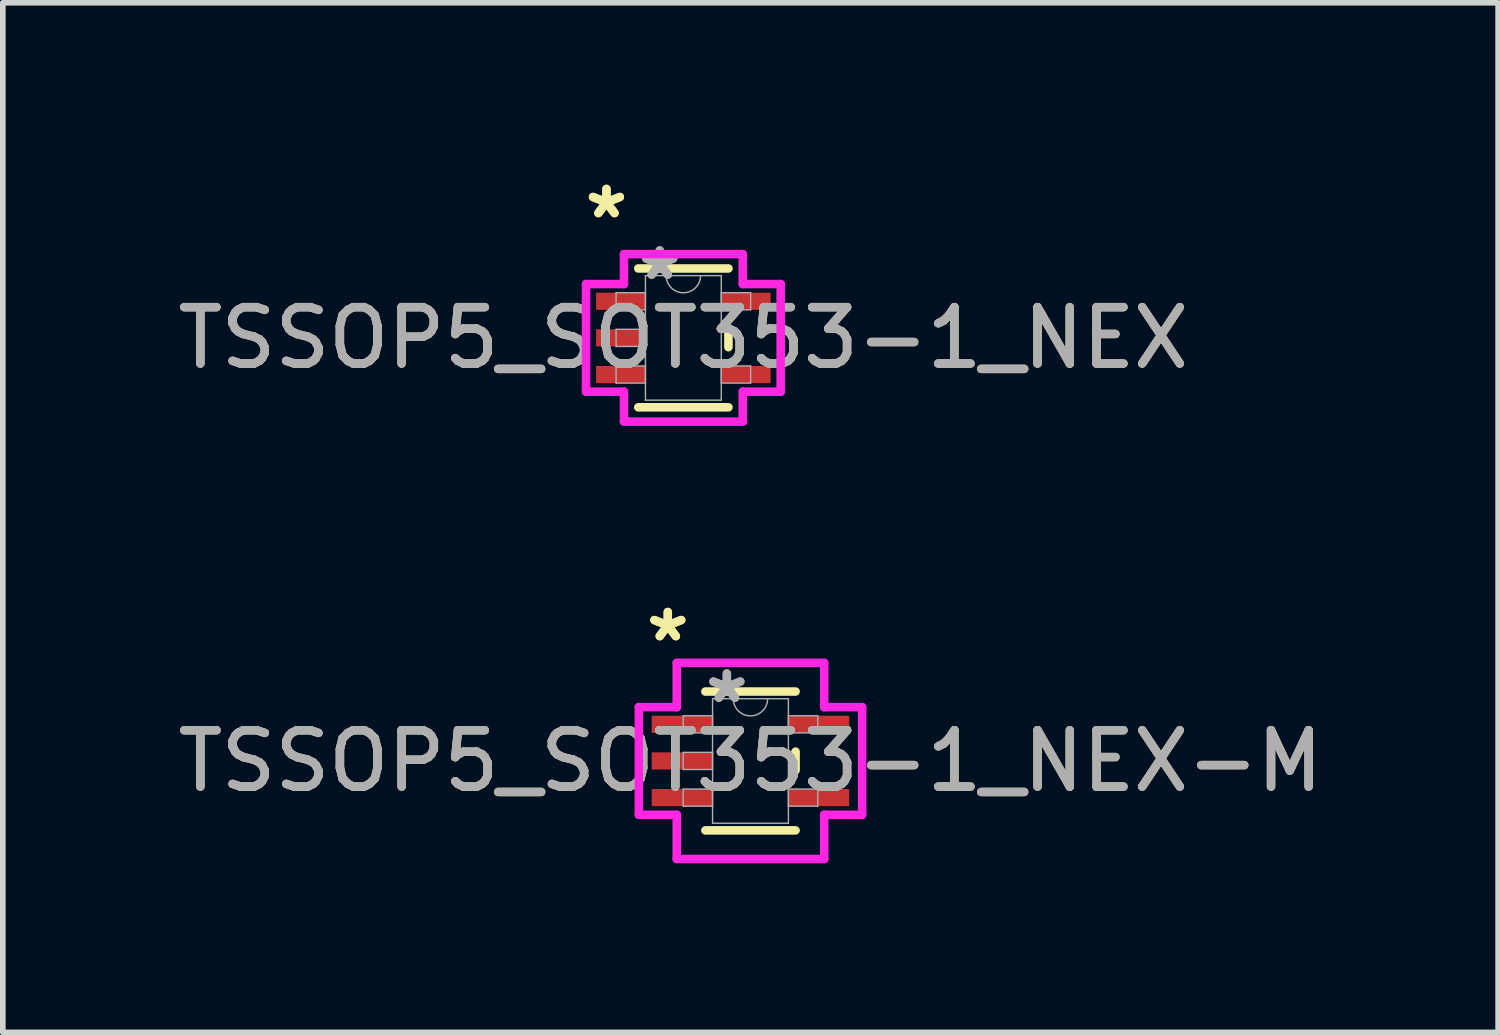
<source format=kicad_pcb>
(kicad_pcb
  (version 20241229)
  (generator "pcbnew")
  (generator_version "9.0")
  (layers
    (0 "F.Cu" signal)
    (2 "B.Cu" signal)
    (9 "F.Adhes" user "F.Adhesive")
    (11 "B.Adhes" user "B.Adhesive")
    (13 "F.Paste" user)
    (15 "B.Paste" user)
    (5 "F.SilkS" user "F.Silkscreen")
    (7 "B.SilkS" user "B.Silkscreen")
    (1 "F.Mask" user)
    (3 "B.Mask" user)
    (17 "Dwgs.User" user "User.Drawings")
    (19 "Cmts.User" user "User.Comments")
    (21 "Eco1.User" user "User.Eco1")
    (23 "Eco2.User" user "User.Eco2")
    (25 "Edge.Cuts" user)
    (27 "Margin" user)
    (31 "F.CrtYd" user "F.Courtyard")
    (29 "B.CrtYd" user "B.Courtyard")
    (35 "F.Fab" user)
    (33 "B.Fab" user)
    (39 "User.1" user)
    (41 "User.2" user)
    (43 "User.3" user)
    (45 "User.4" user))
  (footprint "TSSOP5_SOT353-1_NEX"
    (layer "F.Cu")
    (at 9.077 2.946)
    (property "Reference" "TSSOP5_SOT353-1_NEX" (at 0 0 0) (unlocked yes) (layer "F.SilkS") (effects (font (size 1 1) (thickness 0.15))))
    (attr smd)
    (fp_line (start -0.8 1.232) (end 0.8 1.232) (stroke (width 0.152) (type solid)) (layer "F.SilkS"))
    (fp_line (start 0.8 -1.232) (end -0.8 -1.232) (stroke (width 0.152) (type solid)) (layer "F.SilkS"))
    (fp_line (start 0.8 0.165) (end 0.8 -0.165) (stroke (width 0.152) (type solid)) (layer "F.SilkS"))
    (fp_line (start -1.727 -0.955) (end -1.054 -0.955) (stroke (width 0.152) (type solid)) (layer "F.CrtYd"))
    (fp_line (start -1.727 0.955) (end -1.727 -0.955) (stroke (width 0.152) (type solid)) (layer "F.CrtYd"))
    (fp_line (start -1.054 -1.486) (end 1.054 -1.486) (stroke (width 0.152) (type solid)) (layer "F.CrtYd"))
    (fp_line (start -1.054 -0.955) (end -1.054 -1.486) (stroke (width 0.152) (type solid)) (layer "F.CrtYd"))
    (fp_line (start -1.054 0.955) (end -1.727 0.955) (stroke (width 0.152) (type solid)) (layer "F.CrtYd"))
    (fp_line (start -1.054 1.486) (end -1.054 0.955) (stroke (width 0.152) (type solid)) (layer "F.CrtYd"))
    (fp_line (start 1.054 -1.486) (end 1.054 -0.955) (stroke (width 0.152) (type solid)) (layer "F.CrtYd"))
    (fp_line (start 1.054 -0.955) (end 1.727 -0.955) (stroke (width 0.152) (type solid)) (layer "F.CrtYd"))
    (fp_line (start 1.054 0.955) (end 1.054 1.486) (stroke (width 0.152) (type solid)) (layer "F.CrtYd"))
    (fp_line (start 1.054 1.486) (end -1.054 1.486) (stroke (width 0.152) (type solid)) (layer "F.CrtYd"))
    (fp_line (start 1.727 -0.955) (end 1.727 0.955) (stroke (width 0.152) (type solid)) (layer "F.CrtYd"))
    (fp_line (start 1.727 0.955) (end 1.054 0.955) (stroke (width 0.152) (type solid)) (layer "F.CrtYd"))
    (fp_line (start -1.194 -0.802) (end -1.194 -0.498) (stroke (width 0.025) (type solid)) (layer "F.Fab"))
    (fp_line (start -1.194 -0.498) (end -0.673 -0.498) (stroke (width 0.025) (type solid)) (layer "F.Fab"))
    (fp_line (start -1.194 -0.152) (end -1.194 0.152) (stroke (width 0.025) (type solid)) (layer "F.Fab"))
    (fp_line (start -1.194 0.152) (end -0.673 0.152) (stroke (width 0.025) (type solid)) (layer "F.Fab"))
    (fp_line (start -1.194 0.498) (end -1.194 0.802) (stroke (width 0.025) (type solid)) (layer "F.Fab"))
    (fp_line (start -1.194 0.802) (end -0.673 0.802) (stroke (width 0.025) (type solid)) (layer "F.Fab"))
    (fp_line (start -0.673 -1.105) (end -0.673 1.105) (stroke (width 0.025) (type solid)) (layer "F.Fab"))
    (fp_line (start -0.673 -0.802) (end -1.194 -0.802) (stroke (width 0.025) (type solid)) (layer "F.Fab"))
    (fp_line (start -0.673 -0.498) (end -0.673 -0.802) (stroke (width 0.025) (type solid)) (layer "F.Fab"))
    (fp_line (start -0.673 -0.152) (end -1.194 -0.152) (stroke (width 0.025) (type solid)) (layer "F.Fab"))
    (fp_line (start -0.673 0.152) (end -0.673 -0.152) (stroke (width 0.025) (type solid)) (layer "F.Fab"))
    (fp_line (start -0.673 0.498) (end -1.194 0.498) (stroke (width 0.025) (type solid)) (layer "F.Fab"))
    (fp_line (start -0.673 0.802) (end -0.673 0.498) (stroke (width 0.025) (type solid)) (layer "F.Fab"))
    (fp_line (start -0.673 1.105) (end 0.673 1.105) (stroke (width 0.025) (type solid)) (layer "F.Fab"))
    (fp_line (start 0.673 -1.105) (end -0.673 -1.105) (stroke (width 0.025) (type solid)) (layer "F.Fab"))
    (fp_line (start 0.673 -0.802) (end 0.673 -0.498) (stroke (width 0.025) (type solid)) (layer "F.Fab"))
    (fp_line (start 0.673 -0.498) (end 1.194 -0.498) (stroke (width 0.025) (type solid)) (layer "F.Fab"))
    (fp_line (start 0.673 0.498) (end 0.673 0.802) (stroke (width 0.025) (type solid)) (layer "F.Fab"))
    (fp_line (start 0.673 0.802) (end 1.194 0.802) (stroke (width 0.025) (type solid)) (layer "F.Fab"))
    (fp_line (start 0.673 1.105) (end 0.673 -1.105) (stroke (width 0.025) (type solid)) (layer "F.Fab"))
    (fp_line (start 1.194 -0.802) (end 0.673 -0.802) (stroke (width 0.025) (type solid)) (layer "F.Fab"))
    (fp_line (start 1.194 -0.498) (end 1.194 -0.802) (stroke (width 0.025) (type solid)) (layer "F.Fab"))
    (fp_line (start 1.194 0.498) (end 0.673 0.498) (stroke (width 0.025) (type solid)) (layer "F.Fab"))
    (fp_line (start 1.194 0.802) (end 1.194 0.498) (stroke (width 0.025) (type solid)) (layer "F.Fab"))
    (fp_arc (start 0.3048 -1.1049) (mid 0 -0.8001) (end -0.3048 -1.1049) (stroke (width 0.0254) (type solid)) (layer "F.Fab"))
    (fp_text user "*" (at -1.365 -2.098 0) (layer "F.SilkS") (effects (font (size 1 1) (thickness 0.15))))
    (fp_text user "*" (at -1.365 -2.098 0) (unlocked yes) (layer "F.SilkS") (effects (font (size 1 1) (thickness 0.15))))
    (fp_text user "*" (at -0.419 -1.006 0) (unlocked yes) (layer "F.Fab") (effects (font (size 1 1) (thickness 0.15))))
    (fp_text user "*" (at -0.419 -1.006 0) (layer "F.Fab") (effects (font (size 1 1) (thickness 0.15))))
    (fp_text user "${REFERENCE}" (at 0 0 0) (unlocked yes) (layer "F.Fab") (effects (font (size 1 1) (thickness 0.15))))
    (pad "1" smd rect (at -1.111 -0.65) (size 0.876 0.305) (layers "F.Cu" "F.Mask" "F.Paste"))
    (pad "2" smd rect (at -1.111 0) (size 0.876 0.305) (layers "F.Cu" "F.Mask" "F.Paste"))
    (pad "3" smd rect (at -1.111 0.65) (size 0.876 0.305) (layers "F.Cu" "F.Mask" "F.Paste"))
    (pad "4" smd rect (at 1.111 0.65) (size 0.876 0.305) (layers "F.Cu" "F.Mask" "F.Paste"))
    (pad "5" smd rect (at 1.111 -0.65) (size 0.876 0.305) (layers "F.Cu" "F.Mask" "F.Paste")))
  (footprint "TSSOP5_SOT353-1_NEX-M"
    (layer "F.Cu")
    (at 10.268 10.454)
    (property "Reference" "TSSOP5_SOT353-1_NEX-M" (at 0 0 0) (unlocked yes) (layer "F.SilkS") (effects (font (size 1 1) (thickness 0.15))))
    (attr smd)
    (fp_line (start -0.8 1.232) (end 0.8 1.232) (stroke (width 0.152) (type solid)) (layer "F.SilkS"))
    (fp_line (start 0.8 -1.232) (end -0.8 -1.232) (stroke (width 0.152) (type solid)) (layer "F.SilkS"))
    (fp_line (start 0.8 0.165) (end 0.8 -0.165) (stroke (width 0.152) (type solid)) (layer "F.SilkS"))
    (fp_line (start -1.981 -0.955) (end -1.308 -0.955) (stroke (width 0.152) (type solid)) (layer "F.CrtYd"))
    (fp_line (start -1.981 0.955) (end -1.981 -0.955) (stroke (width 0.152) (type solid)) (layer "F.CrtYd"))
    (fp_line (start -1.308 -1.74) (end 1.308 -1.74) (stroke (width 0.152) (type solid)) (layer "F.CrtYd"))
    (fp_line (start -1.308 -0.955) (end -1.308 -1.74) (stroke (width 0.152) (type solid)) (layer "F.CrtYd"))
    (fp_line (start -1.308 0.955) (end -1.981 0.955) (stroke (width 0.152) (type solid)) (layer "F.CrtYd"))
    (fp_line (start -1.308 1.74) (end -1.308 0.955) (stroke (width 0.152) (type solid)) (layer "F.CrtYd"))
    (fp_line (start 1.308 -1.74) (end 1.308 -0.955) (stroke (width 0.152) (type solid)) (layer "F.CrtYd"))
    (fp_line (start 1.308 -0.955) (end 1.981 -0.955) (stroke (width 0.152) (type solid)) (layer "F.CrtYd"))
    (fp_line (start 1.308 0.955) (end 1.308 1.74) (stroke (width 0.152) (type solid)) (layer "F.CrtYd"))
    (fp_line (start 1.308 1.74) (end -1.308 1.74) (stroke (width 0.152) (type solid)) (layer "F.CrtYd"))
    (fp_line (start 1.981 -0.955) (end 1.981 0.955) (stroke (width 0.152) (type solid)) (layer "F.CrtYd"))
    (fp_line (start 1.981 0.955) (end 1.308 0.955) (stroke (width 0.152) (type solid)) (layer "F.CrtYd"))
    (fp_line (start -1.194 -0.802) (end -1.194 -0.498) (stroke (width 0.025) (type solid)) (layer "F.Fab"))
    (fp_line (start -1.194 -0.498) (end -0.673 -0.498) (stroke (width 0.025) (type solid)) (layer "F.Fab"))
    (fp_line (start -1.194 -0.152) (end -1.194 0.152) (stroke (width 0.025) (type solid)) (layer "F.Fab"))
    (fp_line (start -1.194 0.152) (end -0.673 0.152) (stroke (width 0.025) (type solid)) (layer "F.Fab"))
    (fp_line (start -1.194 0.498) (end -1.194 0.802) (stroke (width 0.025) (type solid)) (layer "F.Fab"))
    (fp_line (start -1.194 0.802) (end -0.673 0.802) (stroke (width 0.025) (type solid)) (layer "F.Fab"))
    (fp_line (start -0.673 -1.105) (end -0.673 1.105) (stroke (width 0.025) (type solid)) (layer "F.Fab"))
    (fp_line (start -0.673 -0.802) (end -1.194 -0.802) (stroke (width 0.025) (type solid)) (layer "F.Fab"))
    (fp_line (start -0.673 -0.498) (end -0.673 -0.802) (stroke (width 0.025) (type solid)) (layer "F.Fab"))
    (fp_line (start -0.673 -0.152) (end -1.194 -0.152) (stroke (width 0.025) (type solid)) (layer "F.Fab"))
    (fp_line (start -0.673 0.152) (end -0.673 -0.152) (stroke (width 0.025) (type solid)) (layer "F.Fab"))
    (fp_line (start -0.673 0.498) (end -1.194 0.498) (stroke (width 0.025) (type solid)) (layer "F.Fab"))
    (fp_line (start -0.673 0.802) (end -0.673 0.498) (stroke (width 0.025) (type solid)) (layer "F.Fab"))
    (fp_line (start -0.673 1.105) (end 0.673 1.105) (stroke (width 0.025) (type solid)) (layer "F.Fab"))
    (fp_line (start 0.673 -1.105) (end -0.673 -1.105) (stroke (width 0.025) (type solid)) (layer "F.Fab"))
    (fp_line (start 0.673 -0.802) (end 0.673 -0.498) (stroke (width 0.025) (type solid)) (layer "F.Fab"))
    (fp_line (start 0.673 -0.498) (end 1.194 -0.498) (stroke (width 0.025) (type solid)) (layer "F.Fab"))
    (fp_line (start 0.673 0.498) (end 0.673 0.802) (stroke (width 0.025) (type solid)) (layer "F.Fab"))
    (fp_line (start 0.673 0.802) (end 1.194 0.802) (stroke (width 0.025) (type solid)) (layer "F.Fab"))
    (fp_line (start 0.673 1.105) (end 0.673 -1.105) (stroke (width 0.025) (type solid)) (layer "F.Fab"))
    (fp_line (start 1.194 -0.802) (end 0.673 -0.802) (stroke (width 0.025) (type solid)) (layer "F.Fab"))
    (fp_line (start 1.194 -0.498) (end 1.194 -0.802) (stroke (width 0.025) (type solid)) (layer "F.Fab"))
    (fp_line (start 1.194 0.498) (end 0.673 0.498) (stroke (width 0.025) (type solid)) (layer "F.Fab"))
    (fp_line (start 1.194 0.802) (end 1.194 0.498) (stroke (width 0.025) (type solid)) (layer "F.Fab"))
    (fp_arc (start 0.3048 -1.1049) (mid 0 -0.8001) (end -0.3048 -1.1049) (stroke (width 0.0254) (type solid)) (layer "F.Fab"))
    (fp_text user "*" (at -1.467 -2.098 0) (unlocked yes) (layer "F.SilkS") (effects (font (size 1 1) (thickness 0.15))))
    (fp_text user "*" (at -1.467 -2.098 0) (layer "F.SilkS") (effects (font (size 1 1) (thickness 0.15))))
    (fp_text user "${REFERENCE}" (at 0 0 0) (unlocked yes) (layer "F.Fab") (effects (font (size 1 1) (thickness 0.15))))
    (fp_text user "*" (at -0.419 -1.006 0) (unlocked yes) (layer "F.Fab") (effects (font (size 1 1) (thickness 0.15))))
    (fp_text user "*" (at -0.419 -1.006 0) (layer "F.Fab") (effects (font (size 1 1) (thickness 0.15))))
    (pad "1" smd rect (at -1.213 -0.65) (size 1.079 0.305) (layers "F.Cu" "F.Mask" "F.Paste"))
    (pad "2" smd rect (at -1.213 0) (size 1.079 0.305) (layers "F.Cu" "F.Mask" "F.Paste"))
    (pad "3" smd rect (at -1.213 0.65) (size 1.079 0.305) (layers "F.Cu" "F.Mask" "F.Paste"))
    (pad "4" smd rect (at 1.213 0.65) (size 1.079 0.305) (layers "F.Cu" "F.Mask" "F.Paste"))
    (pad "5" smd rect (at 1.213 -0.65) (size 1.079 0.305) (layers "F.Cu" "F.Mask" "F.Paste")))
  (gr_rect
    (start -3 -3)
    (end 23.536 15.27)
    (stroke (width 0.1) (type default))
    (fill no)
    (layer "Edge.Cuts")))
</source>
